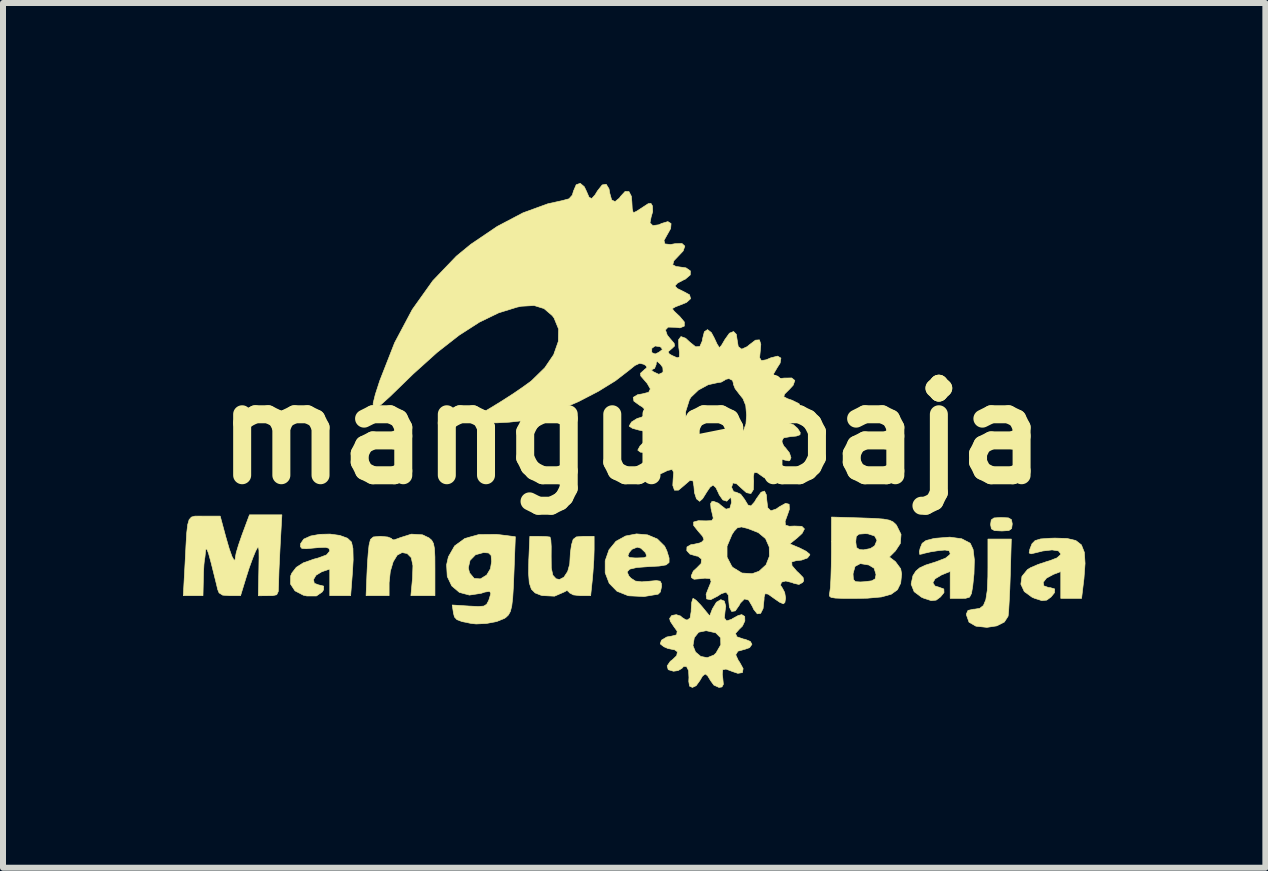
<source format=kicad_pcb>
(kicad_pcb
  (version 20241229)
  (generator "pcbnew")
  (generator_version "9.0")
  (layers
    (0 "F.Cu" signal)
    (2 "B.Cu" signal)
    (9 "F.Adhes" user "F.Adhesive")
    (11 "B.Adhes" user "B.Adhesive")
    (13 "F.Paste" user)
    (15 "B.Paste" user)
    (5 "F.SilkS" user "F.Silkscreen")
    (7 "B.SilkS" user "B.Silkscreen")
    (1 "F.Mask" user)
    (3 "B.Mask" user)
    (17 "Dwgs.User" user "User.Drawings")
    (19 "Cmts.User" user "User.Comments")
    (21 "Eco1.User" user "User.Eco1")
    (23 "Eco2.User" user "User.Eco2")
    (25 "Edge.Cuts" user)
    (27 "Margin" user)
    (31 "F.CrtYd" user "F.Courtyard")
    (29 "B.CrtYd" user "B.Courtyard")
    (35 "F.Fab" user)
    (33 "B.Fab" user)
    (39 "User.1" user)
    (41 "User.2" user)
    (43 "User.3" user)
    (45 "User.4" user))
  (footprint "manguebaja"
    (layer "F.Cu")
    (at 7.481 4.181)
    (property "Reference" "manguebaja" (at 0 0 0) (layer "F.SilkS") (effects (font (size 1.524 1.524) (thickness 0.3))))
    (attr through_hole)
    (fp_poly (pts (xy 6.275 1.4) (xy 6.326 1.429) (xy 6.339 1.496) (xy 6.339 1.506) (xy 6.329 1.578) (xy 6.283 1.611) (xy 6.175 1.618) (xy 6.159 1.618) (xy 6.043 1.612) (xy 5.992 1.583) (xy 5.979 1.516) (xy 5.979 1.506) (xy 5.989 1.434) (xy 6.035 1.401) (xy 6.143 1.394) (xy 6.159 1.394) (xy 6.275 1.4)) (stroke (width 0.01) (type solid)) (fill yes) (layer "F.SilkS"))
    (fp_poly (pts (xy 6.307 2.349) (xy 6.299 2.579) (xy 6.289 2.784) (xy 6.28 2.942) (xy 6.271 3.034) (xy 6.269 3.041) (xy 6.208 3.136) (xy 6.082 3.2) (xy 5.917 3.225) (xy 5.734 3.205) (xy 5.732 3.204) (xy 5.619 3.139) (xy 5.576 3.018) (xy 5.575 3.001) (xy 5.602 2.942) (xy 5.695 2.922) (xy 5.71 2.922) (xy 5.797 2.908) (xy 5.859 2.86) (xy 5.899 2.764) (xy 5.923 2.609) (xy 5.933 2.382) (xy 5.934 2.222) (xy 5.934 1.753) (xy 6.324 1.753) (xy 6.307 2.349)) (stroke (width 0.01) (type solid)) (fill yes) (layer "F.SilkS"))
    (fp_poly (pts (xy -3.49 1.682) (xy -3.382 1.733) (xy -3.336 1.773) (xy -3.307 1.826) (xy -3.29 1.912) (xy -3.283 2.05) (xy -3.282 2.25) (xy -3.282 2.697) (xy -3.683 2.697) (xy -3.656 2.406) (xy -3.649 2.197) (xy -3.677 2.063) (xy -3.745 1.994) (xy -3.829 1.978) (xy -3.91 2.02) (xy -3.978 2.131) (xy -4.026 2.292) (xy -4.046 2.482) (xy -4.046 2.494) (xy -4.046 2.697) (xy -4.43 2.697) (xy -4.416 2.349) (xy -4.407 2.158) (xy -4.394 1.984) (xy -4.381 1.861) (xy -4.38 1.854) (xy -4.357 1.76) (xy -4.309 1.718) (xy -4.207 1.708) (xy -4.179 1.708) (xy -4.067 1.719) (xy -4.005 1.744) (xy -4.001 1.754) (xy -3.967 1.768) (xy -3.881 1.738) (xy -3.868 1.732) (xy -3.675 1.671) (xy -3.49 1.682)) (stroke (width 0.01) (type solid)) (fill yes) (layer "F.SilkS"))
    (fp_poly (pts (xy -4.869 1.692) (xy -4.74 1.739) (xy -4.673 1.803) (xy -4.649 1.91) (xy -4.645 2.098) (xy -4.656 2.296) (xy -4.687 2.697) (xy -5.035 2.697) (xy -5.035 2.252) (xy -5.17 2.299) (xy -5.264 2.356) (xy -5.306 2.428) (xy -5.293 2.49) (xy -5.218 2.518) (xy -5.215 2.518) (xy -5.137 2.537) (xy -5.138 2.597) (xy -5.159 2.633) (xy -5.258 2.702) (xy -5.415 2.702) (xy -5.475 2.689) (xy -5.615 2.616) (xy -5.689 2.503) (xy -5.687 2.368) (xy -5.667 2.32) (xy -5.593 2.224) (xy -5.477 2.15) (xy -5.298 2.087) (xy -5.226 2.068) (xy -5.089 2.017) (xy -5.036 1.954) (xy -5.035 1.948) (xy -5.049 1.907) (xy -5.103 1.891) (xy -5.219 1.895) (xy -5.285 1.901) (xy -5.427 1.914) (xy -5.5 1.909) (xy -5.524 1.88) (xy -5.521 1.829) (xy -5.469 1.754) (xy -5.354 1.702) (xy -5.2 1.674) (xy -5.03 1.67) (xy -4.869 1.692)) (stroke (width 0.01) (type solid)) (fill yes) (layer "F.SilkS"))
    (fp_poly (pts (xy -1.435 1.711) (xy -1.367 1.719) (xy -1.364 1.72) (xy -1.351 1.767) (xy -1.344 1.879) (xy -1.345 2.034) (xy -1.345 2.041) (xy -1.343 2.236) (xy -1.317 2.356) (xy -1.263 2.415) (xy -1.206 2.427) (xy -1.133 2.389) (xy -1.07 2.293) (xy -1.036 2.17) (xy -1.034 2.138) (xy -1.025 1.981) (xy -1.006 1.849) (xy -0.978 1.757) (xy -0.925 1.717) (xy -0.816 1.708) (xy -0.804 1.708) (xy -0.629 1.708) (xy -0.629 1.927) (xy -0.634 2.099) (xy -0.648 2.303) (xy -0.658 2.421) (xy -0.687 2.697) (xy -0.857 2.697) (xy -0.974 2.684) (xy -1.041 2.649) (xy -1.045 2.641) (xy -1.08 2.609) (xy -1.128 2.635) (xy -1.289 2.705) (xy -1.491 2.695) (xy -1.519 2.688) (xy -1.613 2.651) (xy -1.675 2.588) (xy -1.71 2.483) (xy -1.722 2.322) (xy -1.718 2.087) (xy -1.717 2.079) (xy -1.701 1.708) (xy -1.548 1.708) (xy -1.435 1.711)) (stroke (width 0.01) (type solid)) (fill yes) (layer "F.SilkS"))
    (fp_poly (pts (xy 7.252 1.743) (xy 7.398 1.777) (xy 7.492 1.85) (xy 7.541 1.974) (xy 7.553 2.159) (xy 7.534 2.418) (xy 7.523 2.506) (xy 7.495 2.742) (xy 7.148 2.742) (xy 7.148 2.295) (xy 7.025 2.342) (xy 6.909 2.405) (xy 6.855 2.475) (xy 6.866 2.533) (xy 6.948 2.562) (xy 6.971 2.562) (xy 7.046 2.584) (xy 7.044 2.646) (xy 6.987 2.717) (xy 6.914 2.771) (xy 6.832 2.779) (xy 6.71 2.74) (xy 6.669 2.722) (xy 6.54 2.628) (xy 6.483 2.505) (xy 6.501 2.375) (xy 6.593 2.262) (xy 6.645 2.23) (xy 6.768 2.177) (xy 6.921 2.126) (xy 6.957 2.116) (xy 7.083 2.068) (xy 7.145 2.013) (xy 7.148 1.999) (xy 7.109 1.95) (xy 7.003 1.934) (xy 6.847 1.952) (xy 6.752 1.976) (xy 6.654 1.999) (xy 6.621 1.985) (xy 6.632 1.924) (xy 6.634 1.919) (xy 6.668 1.832) (xy 6.72 1.779) (xy 6.811 1.751) (xy 6.962 1.74) (xy 7.049 1.737) (xy 7.252 1.743)) (stroke (width 0.01) (type solid)) (fill yes) (layer "F.SilkS"))
    (fp_poly (pts (xy 0.261 1.683) (xy 0.425 1.752) (xy 0.546 1.872) (xy 0.583 1.949) (xy 0.62 2.069) (xy 0.62 2.143) (xy 0.57 2.184) (xy 0.455 2.203) (xy 0.285 2.212) (xy 0.082 2.227) (xy -0.037 2.255) (xy -0.079 2.301) (xy -0.05 2.368) (xy -0.016 2.405) (xy 0.058 2.453) (xy 0.165 2.466) (xy 0.278 2.457) (xy 0.408 2.445) (xy 0.471 2.455) (xy 0.493 2.496) (xy 0.495 2.544) (xy 0.475 2.635) (xy 0.438 2.672) (xy 0.202 2.711) (xy -0.049 2.699) (xy -0.065 2.696) (xy -0.248 2.623) (xy -0.378 2.49) (xy -0.445 2.315) (xy -0.445 2.115) (xy -0.417 2.035) (xy -0.067 2.035) (xy -0.041 2.061) (xy 0.053 2.068) (xy 0.09 2.068) (xy 0.204 2.064) (xy 0.246 2.044) (xy 0.234 1.996) (xy 0.225 1.978) (xy 0.151 1.906) (xy 0.09 1.888) (xy 0.001 1.924) (xy -0.045 1.978) (xy -0.067 2.035) (xy -0.417 2.035) (xy -0.381 1.932) (xy -0.265 1.79) (xy -0.105 1.702) (xy 0.078 1.667) (xy 0.261 1.683)) (stroke (width 0.01) (type solid)) (fill yes) (layer "F.SilkS"))
    (fp_poly (pts (xy 5.497 1.748) (xy 5.633 1.819) (xy 5.641 1.826) (xy 5.687 1.926) (xy 5.708 2.099) (xy 5.702 2.332) (xy 5.681 2.534) (xy 5.66 2.66) (xy 5.628 2.721) (xy 5.561 2.741) (xy 5.478 2.742) (xy 5.305 2.742) (xy 5.305 2.292) (xy 5.159 2.352) (xy 5.053 2.416) (xy 5.016 2.483) (xy 5.053 2.536) (xy 5.114 2.554) (xy 5.199 2.585) (xy 5.202 2.645) (xy 5.144 2.717) (xy 5.071 2.771) (xy 4.988 2.779) (xy 4.865 2.739) (xy 4.828 2.723) (xy 4.704 2.63) (xy 4.654 2.504) (xy 4.684 2.364) (xy 4.733 2.287) (xy 4.796 2.233) (xy 4.898 2.186) (xy 5.063 2.134) (xy 5.069 2.132) (xy 5.226 2.072) (xy 5.3 2.012) (xy 5.305 1.991) (xy 5.287 1.949) (xy 5.219 1.936) (xy 5.114 1.945) (xy 4.975 1.967) (xy 4.866 1.992) (xy 4.847 1.999) (xy 4.797 2.009) (xy 4.791 1.963) (xy 4.805 1.904) (xy 4.838 1.824) (xy 4.901 1.778) (xy 5.02 1.747) (xy 5.061 1.74) (xy 5.299 1.721) (xy 5.497 1.748)) (stroke (width 0.01) (type solid)) (fill yes) (layer "F.SilkS"))
    (fp_poly (pts (xy -2.187 1.683) (xy -1.942 1.714) (xy -1.963 2.262) (xy -1.974 2.535) (xy -1.986 2.732) (xy -2.002 2.869) (xy -2.025 2.96) (xy -2.057 3.018) (xy -2.101 3.06) (xy -2.125 3.076) (xy -2.251 3.127) (xy -2.423 3.16) (xy -2.596 3.168) (xy -2.675 3.16) (xy -2.829 3.129) (xy -2.915 3.097) (xy -2.957 3.052) (xy -2.975 2.981) (xy -2.975 2.977) (xy -2.994 2.852) (xy -2.711 2.87) (xy -2.557 2.877) (xy -2.468 2.87) (xy -2.42 2.84) (xy -2.388 2.78) (xy -2.382 2.764) (xy -2.351 2.662) (xy -2.37 2.624) (xy -2.452 2.637) (xy -2.511 2.657) (xy -2.708 2.687) (xy -2.875 2.642) (xy -3.002 2.534) (xy -3.077 2.377) (xy -3.085 2.234) (xy -2.726 2.234) (xy -2.705 2.317) (xy -2.628 2.409) (xy -2.525 2.417) (xy -2.42 2.353) (xy -2.357 2.247) (xy -2.338 2.128) (xy -2.346 2.026) (xy -2.388 1.985) (xy -2.472 1.978) (xy -2.606 2.015) (xy -2.697 2.108) (xy -2.726 2.234) (xy -3.085 2.234) (xy -3.088 2.182) (xy -3.058 2.049) (xy -2.954 1.867) (xy -2.784 1.743) (xy -2.551 1.678) (xy -2.258 1.675) (xy -2.187 1.683)) (stroke (width 0.01) (type solid)) (fill yes) (layer "F.SilkS"))
    (fp_poly (pts (xy -5.86 1.832) (xy -5.871 2.055) (xy -5.881 2.265) (xy -5.886 2.434) (xy -5.888 2.506) (xy -5.893 2.626) (xy -5.919 2.681) (xy -5.99 2.697) (xy -6.058 2.697) (xy -6.226 2.698) (xy -6.217 2.259) (xy -6.214 2.061) (xy -6.215 1.942) (xy -6.223 1.891) (xy -6.24 1.897) (xy -6.268 1.948) (xy -6.272 1.956) (xy -6.318 2.069) (xy -6.377 2.231) (xy -6.429 2.394) (xy -6.522 2.697) (xy -6.699 2.697) (xy -6.82 2.688) (xy -6.88 2.65) (xy -6.902 2.596) (xy -6.924 2.504) (xy -6.961 2.355) (xy -7.005 2.179) (xy -7.01 2.158) (xy -7.055 1.993) (xy -7.085 1.917) (xy -7.102 1.929) (xy -7.104 1.944) (xy -7.115 2.052) (xy -7.125 2.113) (xy -7.132 2.179) (xy -7.139 2.305) (xy -7.142 2.428) (xy -7.148 2.697) (xy -7.476 2.697) (xy -7.445 2.124) (xy -7.431 1.848) (xy -7.419 1.648) (xy -7.403 1.513) (xy -7.379 1.43) (xy -7.341 1.387) (xy -7.284 1.371) (xy -7.203 1.37) (xy -7.124 1.371) (xy -6.861 1.371) (xy -6.768 1.716) (xy -6.711 1.913) (xy -6.664 2.045) (xy -6.629 2.107) (xy -6.611 2.092) (xy -6.608 2.056) (xy -6.594 1.98) (xy -6.554 1.847) (xy -6.498 1.685) (xy -6.491 1.666) (xy -6.373 1.349) (xy -5.833 1.349) (xy -5.86 1.832)) (stroke (width 0.01) (type solid)) (fill yes) (layer "F.SilkS"))
    (fp_poly (pts (xy 3.825 1.401) (xy 4.046 1.409) (xy 4.195 1.42) (xy 4.291 1.438) (xy 4.352 1.466) (xy 4.398 1.508) (xy 4.41 1.522) (xy 4.486 1.675) (xy 4.474 1.827) (xy 4.393 1.95) (xy 4.291 2.052) (xy 4.393 2.13) (xy 4.48 2.248) (xy 4.496 2.336) (xy 4.48 2.488) (xy 4.426 2.598) (xy 4.322 2.673) (xy 4.159 2.718) (xy 3.924 2.739) (xy 3.728 2.742) (xy 3.523 2.742) (xy 3.391 2.737) (xy 3.319 2.725) (xy 3.292 2.702) (xy 3.293 2.665) (xy 3.298 2.641) (xy 3.309 2.559) (xy 3.317 2.407) (xy 3.319 2.339) (xy 3.686 2.339) (xy 3.692 2.425) (xy 3.724 2.463) (xy 3.809 2.468) (xy 3.877 2.464) (xy 3.998 2.449) (xy 4.054 2.417) (xy 4.068 2.352) (xy 4.068 2.339) (xy 4.037 2.239) (xy 3.95 2.186) (xy 3.807 2.162) (xy 3.719 2.209) (xy 3.687 2.327) (xy 3.686 2.339) (xy 3.319 2.339) (xy 3.323 2.208) (xy 3.326 1.982) (xy 3.326 1.963) (xy 3.326 1.798) (xy 3.731 1.798) (xy 3.743 1.894) (xy 3.795 1.929) (xy 3.861 1.933) (xy 3.975 1.911) (xy 4.046 1.866) (xy 4.085 1.773) (xy 4.046 1.702) (xy 3.936 1.666) (xy 3.89 1.663) (xy 3.784 1.671) (xy 3.74 1.708) (xy 3.731 1.798) (xy 3.326 1.798) (xy 3.327 1.386) (xy 3.825 1.401)) (stroke (width 0.01) (type solid)) (fill yes) (layer "F.SilkS"))
    (fp_poly (pts (xy 1.07 2.773) (xy 1.147 2.853) (xy 1.177 2.888) (xy 1.297 3.035) (xy 1.342 2.917) (xy 1.409 2.806) (xy 1.482 2.763) (xy 1.541 2.787) (xy 1.565 2.873) (xy 1.554 2.949) (xy 1.542 3.068) (xy 1.579 3.117) (xy 1.662 3.09) (xy 1.676 3.08) (xy 1.771 3.028) (xy 1.831 3.012) (xy 1.881 3.043) (xy 1.883 3.117) (xy 1.843 3.203) (xy 1.789 3.256) (xy 1.727 3.326) (xy 1.751 3.382) (xy 1.859 3.419) (xy 1.888 3.424) (xy 1.974 3.459) (xy 2.001 3.507) (xy 1.962 3.563) (xy 1.888 3.589) (xy 1.767 3.622) (xy 1.731 3.682) (xy 1.775 3.778) (xy 1.794 3.803) (xy 1.854 3.912) (xy 1.842 3.979) (xy 1.766 3.991) (xy 1.685 3.964) (xy 1.569 3.92) (xy 1.514 3.931) (xy 1.507 4.008) (xy 1.515 4.068) (xy 1.525 4.174) (xy 1.501 4.218) (xy 1.452 4.226) (xy 1.366 4.187) (xy 1.312 4.113) (xy 1.262 4.031) (xy 1.222 4.001) (xy 1.177 4.037) (xy 1.132 4.113) (xy 1.071 4.197) (xy 1.009 4.226) (xy 0.961 4.204) (xy 0.948 4.125) (xy 0.951 4.061) (xy 0.945 3.945) (xy 0.911 3.878) (xy 0.863 3.875) (xy 0.833 3.909) (xy 0.77 3.945) (xy 0.694 3.956) (xy 0.606 3.93) (xy 0.588 3.867) (xy 0.641 3.79) (xy 0.674 3.766) (xy 0.747 3.696) (xy 0.759 3.632) (xy 0.709 3.597) (xy 0.694 3.596) (xy 0.598 3.576) (xy 0.534 3.548) (xy 0.509 3.529) (xy 1.018 3.529) (xy 1.061 3.636) (xy 1.148 3.709) (xy 1.257 3.73) (xy 1.367 3.686) (xy 1.402 3.653) (xy 1.482 3.515) (xy 1.479 3.398) (xy 1.398 3.316) (xy 1.247 3.282) (xy 1.229 3.282) (xy 1.113 3.306) (xy 1.043 3.393) (xy 1.04 3.4) (xy 1.018 3.529) (xy 0.509 3.529) (xy 0.473 3.5) (xy 0.491 3.443) (xy 0.497 3.436) (xy 0.582 3.385) (xy 0.657 3.372) (xy 0.746 3.349) (xy 0.755 3.288) (xy 0.697 3.208) (xy 0.641 3.124) (xy 0.629 3.076) (xy 0.664 3.027) (xy 0.74 3.013) (xy 0.814 3.037) (xy 0.832 3.057) (xy 0.897 3.098) (xy 0.924 3.102) (xy 0.97 3.069) (xy 0.988 2.962) (xy 0.989 2.922) (xy 0.997 2.809) (xy 1.015 2.747) (xy 1.023 2.742) (xy 1.07 2.773)) (stroke (width 0.01) (type solid)) (fill yes) (layer "F.SilkS"))
    (fp_poly (pts (xy -0.793 -4.119) (xy -0.758 -4.046) (xy -0.713 -3.943) (xy -0.669 -3.922) (xy -0.613 -3.984) (xy -0.573 -4.05) (xy -0.495 -4.149) (xy -0.428 -4.16) (xy -0.381 -4.084) (xy -0.368 -4.009) (xy -0.337 -3.899) (xy -0.28 -3.871) (xy -0.208 -3.93) (xy -0.19 -3.956) (xy -0.113 -4.04) (xy -0.049 -4.039) (xy -0.008 -3.959) (xy 0 -3.866) (xy 0.006 -3.754) (xy 0.021 -3.691) (xy 0.027 -3.686) (xy 0.078 -3.71) (xy 0.168 -3.768) (xy 0.184 -3.779) (xy 0.273 -3.837) (xy 0.318 -3.841) (xy 0.343 -3.799) (xy 0.347 -3.705) (xy 0.321 -3.615) (xy 0.302 -3.517) (xy 0.349 -3.471) (xy 0.449 -3.485) (xy 0.496 -3.507) (xy 0.6 -3.538) (xy 0.653 -3.505) (xy 0.646 -3.422) (xy 0.594 -3.329) (xy 0.535 -3.223) (xy 0.551 -3.166) (xy 0.644 -3.156) (xy 0.716 -3.169) (xy 0.835 -3.173) (xy 0.883 -3.129) (xy 0.855 -3.049) (xy 0.794 -2.984) (xy 0.7 -2.885) (xy 0.681 -2.818) (xy 0.74 -2.788) (xy 0.761 -2.787) (xy 0.902 -2.767) (xy 0.975 -2.716) (xy 0.973 -2.649) (xy 0.891 -2.579) (xy 0.854 -2.562) (xy 0.761 -2.513) (xy 0.719 -2.467) (xy 0.719 -2.465) (xy 0.757 -2.423) (xy 0.849 -2.378) (xy 0.854 -2.376) (xy 0.961 -2.318) (xy 0.979 -2.253) (xy 0.911 -2.191) (xy 0.832 -2.158) (xy 0.729 -2.119) (xy 0.676 -2.089) (xy 0.674 -2.085) (xy 0.705 -2.044) (xy 0.78 -1.973) (xy 0.794 -1.961) (xy 0.874 -1.865) (xy 0.874 -1.796) (xy 0.802 -1.767) (xy 0.719 -1.776) (xy 0.604 -1.779) (xy 0.56 -1.732) (xy 0.59 -1.645) (xy 0.636 -1.589) (xy 0.704 -1.51) (xy 0.712 -1.465) (xy 0.665 -1.42) (xy 0.659 -1.416) (xy 0.603 -1.367) (xy 0.624 -1.332) (xy 0.668 -1.307) (xy 0.755 -1.268) (xy 0.792 -1.281) (xy 0.793 -1.361) (xy 0.782 -1.439) (xy 0.778 -1.569) (xy 0.818 -1.622) (xy 0.896 -1.594) (xy 0.967 -1.528) (xy 1.063 -1.451) (xy 1.133 -1.457) (xy 1.173 -1.548) (xy 1.177 -1.581) (xy 1.208 -1.702) (xy 1.261 -1.738) (xy 1.325 -1.688) (xy 1.372 -1.6) (xy 1.42 -1.497) (xy 1.455 -1.442) (xy 1.461 -1.439) (xy 1.493 -1.474) (xy 1.544 -1.561) (xy 1.551 -1.573) (xy 1.626 -1.678) (xy 1.695 -1.706) (xy 1.741 -1.659) (xy 1.753 -1.576) (xy 1.773 -1.454) (xy 1.831 -1.412) (xy 1.922 -1.454) (xy 1.951 -1.479) (xy 2.06 -1.562) (xy 2.126 -1.567) (xy 2.149 -1.493) (xy 2.141 -1.394) (xy 2.129 -1.27) (xy 2.158 -1.221) (xy 2.24 -1.235) (xy 2.314 -1.267) (xy 2.429 -1.296) (xy 2.484 -1.263) (xy 2.471 -1.18) (xy 2.426 -1.11) (xy 2.362 -1.001) (xy 2.375 -0.939) (xy 2.466 -0.922) (xy 2.535 -0.93) (xy 2.664 -0.932) (xy 2.716 -0.89) (xy 2.688 -0.81) (xy 2.625 -0.742) (xy 2.545 -0.663) (xy 2.532 -0.619) (xy 2.595 -0.586) (xy 2.671 -0.56) (xy 2.787 -0.502) (xy 2.817 -0.438) (xy 2.76 -0.375) (xy 2.702 -0.348) (xy 2.609 -0.295) (xy 2.564 -0.235) (xy 2.576 -0.191) (xy 2.623 -0.18) (xy 2.693 -0.152) (xy 2.763 -0.09) (xy 2.806 -0.023) (xy 2.802 0.015) (xy 2.739 0.037) (xy 2.648 0.045) (xy 2.53 0.066) (xy 2.491 0.123) (xy 2.536 0.208) (xy 2.558 0.23) (xy 2.626 0.317) (xy 2.652 0.398) (xy 2.63 0.446) (xy 2.61 0.45) (xy 2.54 0.435) (xy 2.451 0.405) (xy 2.36 0.383) (xy 2.315 0.415) (xy 2.308 0.431) (xy 2.311 0.519) (xy 2.332 0.551) (xy 2.375 0.636) (xy 2.376 0.731) (xy 2.343 0.783) (xy 2.284 0.776) (xy 2.195 0.723) (xy 2.19 0.719) (xy 2.088 0.647) (xy 2.038 0.644) (xy 2.025 0.715) (xy 2.03 0.786) (xy 2.025 0.929) (xy 1.984 0.995) (xy 1.91 0.98) (xy 1.844 0.922) (xy 1.744 0.831) (xy 1.685 0.818) (xy 1.664 0.881) (xy 1.663 0.894) (xy 1.695 0.963) (xy 1.74 0.973) (xy 1.813 1.005) (xy 1.877 1.09) (xy 1.935 1.186) (xy 1.985 1.201) (xy 2.044 1.135) (xy 2.077 1.079) (xy 2.153 0.973) (xy 2.21 0.953) (xy 2.242 1.018) (xy 2.248 1.099) (xy 2.264 1.231) (xy 2.316 1.282) (xy 2.406 1.252) (xy 2.458 1.215) (xy 2.563 1.157) (xy 2.621 1.173) (xy 2.625 1.257) (xy 2.6 1.33) (xy 2.554 1.457) (xy 2.559 1.521) (xy 2.625 1.54) (xy 2.709 1.536) (xy 2.833 1.541) (xy 2.876 1.584) (xy 2.837 1.659) (xy 2.754 1.735) (xy 2.632 1.833) (xy 2.799 1.903) (xy 2.905 1.957) (xy 2.963 2.005) (xy 2.967 2.016) (xy 2.927 2.068) (xy 2.828 2.104) (xy 2.739 2.113) (xy 2.665 2.134) (xy 2.668 2.195) (xy 2.748 2.289) (xy 2.776 2.314) (xy 2.854 2.394) (xy 2.864 2.449) (xy 2.845 2.477) (xy 2.784 2.51) (xy 2.695 2.489) (xy 2.669 2.478) (xy 2.565 2.452) (xy 2.494 2.471) (xy 2.477 2.522) (xy 2.509 2.571) (xy 2.547 2.644) (xy 2.562 2.736) (xy 2.55 2.811) (xy 2.524 2.832) (xy 2.464 2.807) (xy 2.374 2.745) (xy 2.37 2.742) (xy 2.271 2.671) (xy 2.221 2.663) (xy 2.204 2.72) (xy 2.203 2.761) (xy 2.187 2.911) (xy 2.146 2.992) (xy 2.09 2.999) (xy 2.03 2.924) (xy 2.009 2.877) (xy 1.946 2.77) (xy 1.877 2.751) (xy 1.808 2.82) (xy 1.79 2.855) (xy 1.724 2.95) (xy 1.663 2.96) (xy 1.625 2.887) (xy 1.618 2.817) (xy 1.608 2.687) (xy 1.569 2.638) (xy 1.49 2.664) (xy 1.429 2.704) (xy 1.313 2.764) (xy 1.246 2.751) (xy 1.237 2.673) (xy 1.276 2.573) (xy 1.321 2.464) (xy 1.304 2.412) (xy 1.217 2.405) (xy 1.142 2.414) (xy 1.036 2.423) (xy 0.994 2.396) (xy 0.989 2.366) (xy 1.024 2.287) (xy 1.079 2.237) (xy 1.154 2.161) (xy 1.161 2.087) (xy 1.12 2.054) (xy 1.586 2.054) (xy 1.666 2.209) (xy 1.684 2.227) (xy 1.834 2.319) (xy 2.005 2.33) (xy 2.12 2.289) (xy 2.236 2.183) (xy 2.292 2.04) (xy 2.289 1.885) (xy 2.228 1.746) (xy 2.109 1.647) (xy 2.096 1.641) (xy 1.932 1.577) (xy 1.827 1.551) (xy 1.759 1.565) (xy 1.706 1.62) (xy 1.668 1.678) (xy 1.586 1.873) (xy 1.586 2.054) (xy 1.12 2.054) (xy 1.101 2.039) (xy 1.072 2.035) (xy 0.968 2.004) (xy 0.915 1.946) (xy 0.918 1.885) (xy 0.985 1.846) (xy 1.025 1.842) (xy 1.131 1.818) (xy 1.168 1.8) (xy 1.201 1.762) (xy 1.18 1.708) (xy 1.105 1.622) (xy 1.029 1.526) (xy 1.029 1.469) (xy 1.108 1.447) (xy 1.236 1.45) (xy 1.332 1.446) (xy 1.356 1.408) (xy 1.354 1.394) (xy 1.319 1.244) (xy 1.312 1.162) (xy 1.333 1.128) (xy 1.36 1.124) (xy 1.444 1.156) (xy 1.484 1.191) (xy 1.568 1.255) (xy 1.633 1.239) (xy 1.66 1.147) (xy 1.66 1.135) (xy 1.651 1.065) (xy 1.634 1.067) (xy 1.634 1.068) (xy 1.582 1.122) (xy 1.516 1.101) (xy 1.455 1.014) (xy 1.445 0.989) (xy 1.4 0.896) (xy 1.354 0.854) (xy 1.352 0.854) (xy 1.302 0.89) (xy 1.242 0.978) (xy 1.236 0.989) (xy 1.179 1.08) (xy 1.131 1.123) (xy 1.128 1.124) (xy 1.077 1.083) (xy 1.043 0.979) (xy 1.034 0.873) (xy 1.018 0.783) (xy 0.967 0.776) (xy 0.881 0.85) (xy 0.877 0.854) (xy 0.777 0.938) (xy 0.71 0.939) (xy 0.682 0.859) (xy 0.687 0.764) (xy 0.696 0.641) (xy 0.671 0.593) (xy 0.595 0.61) (xy 0.514 0.65) (xy 0.416 0.689) (xy 0.352 0.692) (xy 0.352 0.692) (xy 0.316 0.626) (xy 0.343 0.539) (xy 0.382 0.495) (xy 0.449 0.411) (xy 0.432 0.35) (xy 0.334 0.318) (xy 0.27 0.315) (xy 0.142 0.305) (xy 0.098 0.271) (xy 0.135 0.203) (xy 0.201 0.136) (xy 0.277 0.049) (xy 0.278 -0.007) (xy 0.197 -0.046) (xy 0.113 -0.064) (xy 0.009 -0.093) (xy -0.043 -0.126) (xy -0.045 -0.131) (xy -0.006 -0.198) (xy 0.087 -0.256) (xy 0.154 -0.276) (xy 0.24 -0.316) (xy 0.246 -0.37) (xy 0.896 -0.37) (xy 0.906 -0.184) (xy 0.977 -0.022) (xy 1.095 0.105) (xy 1.248 0.185) (xy 1.42 0.21) (xy 1.598 0.168) (xy 1.769 0.049) (xy 1.774 0.045) (xy 1.861 -0.058) (xy 1.901 -0.165) (xy 1.911 -0.313) (xy 1.898 -0.472) (xy 1.852 -0.586) (xy 1.793 -0.66) (xy 1.721 -0.754) (xy 1.692 -0.826) (xy 1.693 -0.837) (xy 1.678 -0.891) (xy 1.618 -0.921) (xy 1.558 -0.907) (xy 1.55 -0.897) (xy 1.488 -0.862) (xy 1.431 -0.854) (xy 1.272 -0.819) (xy 1.11 -0.731) (xy 0.986 -0.613) (xy 0.96 -0.572) (xy 0.896 -0.37) (xy 0.246 -0.37) (xy 0.246 -0.378) (xy 0.172 -0.451) (xy 0.135 -0.472) (xy 0.034 -0.545) (xy 0.022 -0.608) (xy 0.096 -0.653) (xy 0.172 -0.666) (xy 0.28 -0.693) (xy 0.308 -0.749) (xy 0.256 -0.84) (xy 0.214 -0.889) (xy 0.148 -0.965) (xy 0.143 -1.01) (xy 0.194 -1.056) (xy 0.194 -1.056) (xy 0.202 -1.063) (xy 0.325 -1.063) (xy 0.36 -1.034) (xy 0.449 -0.993) (xy 0.506 -1.019) (xy 0.52 -1.038) (xy 0.516 -1.105) (xy 0.477 -1.16) (xy 0.422 -1.208) (xy 0.406 -1.189) (xy 0.405 -1.156) (xy 0.378 -1.09) (xy 0.348 -1.078) (xy 0.325 -1.063) (xy 0.202 -1.063) (xy 0.251 -1.105) (xy 0.233 -1.139) (xy 0.195 -1.161) (xy 0.13 -1.176) (xy 0.051 -1.14) (xy -0.049 -1.059) (xy -0.274 -0.885) (xy -0.561 -0.708) (xy -0.885 -0.54) (xy -1.22 -0.394) (xy -1.54 -0.283) (xy -1.669 -0.249) (xy -1.843 -0.217) (xy -2.042 -0.195) (xy -2.244 -0.184) (xy -2.43 -0.182) (xy -2.577 -0.193) (xy -2.663 -0.215) (xy -2.675 -0.225) (xy -2.676 -0.266) (xy -2.662 -0.27) (xy -2.601 -0.293) (xy -2.484 -0.356) (xy -2.329 -0.448) (xy -2.154 -0.556) (xy -1.977 -0.67) (xy -1.818 -0.779) (xy -1.692 -0.87) (xy -1.669 -0.889) (xy -1.452 -1.101) (xy -1.303 -1.321) (xy -1.29 -1.358) (xy 0.331 -1.358) (xy 0.334 -1.354) (xy 0.388 -1.331) (xy 0.45 -1.36) (xy 0.508 -1.405) (xy 0.49 -1.439) (xy 0.467 -1.453) (xy 0.387 -1.465) (xy 0.332 -1.425) (xy 0.331 -1.358) (xy -1.29 -1.358) (xy -1.226 -1.541) (xy -1.222 -1.748) (xy -1.297 -1.931) (xy -1.327 -1.971) (xy -1.464 -2.088) (xy -1.629 -2.139) (xy -1.841 -2.127) (xy -1.913 -2.112) (xy -2.22 -2.017) (xy -2.54 -1.862) (xy -2.879 -1.644) (xy -3.245 -1.358) (xy -3.644 -0.999) (xy -3.832 -0.816) (xy -4.033 -0.621) (xy -4.176 -0.492) (xy -4.267 -0.43) (xy -4.311 -0.436) (xy -4.312 -0.511) (xy -4.276 -0.657) (xy -4.206 -0.873) (xy -4.2 -0.891) (xy -3.954 -1.519) (xy -3.66 -2.072) (xy -3.318 -2.552) (xy -2.926 -2.961) (xy -2.685 -3.159) (xy -2.245 -3.457) (xy -1.814 -3.684) (xy -1.4 -3.835) (xy -1.163 -3.887) (xy -1.048 -3.918) (xy -0.993 -3.979) (xy -0.973 -4.047) (xy -0.928 -4.152) (xy -0.861 -4.176) (xy -0.793 -4.119)) (stroke (width 0.01) (type solid)) (fill yes) (layer "F.SilkS")))
  (gr_rect
    (start -3 -3)
    (end 18.039 11.412)
    (stroke (width 0.1) (type default))
    (fill no)
    (layer "Edge.Cuts")))
</source>
